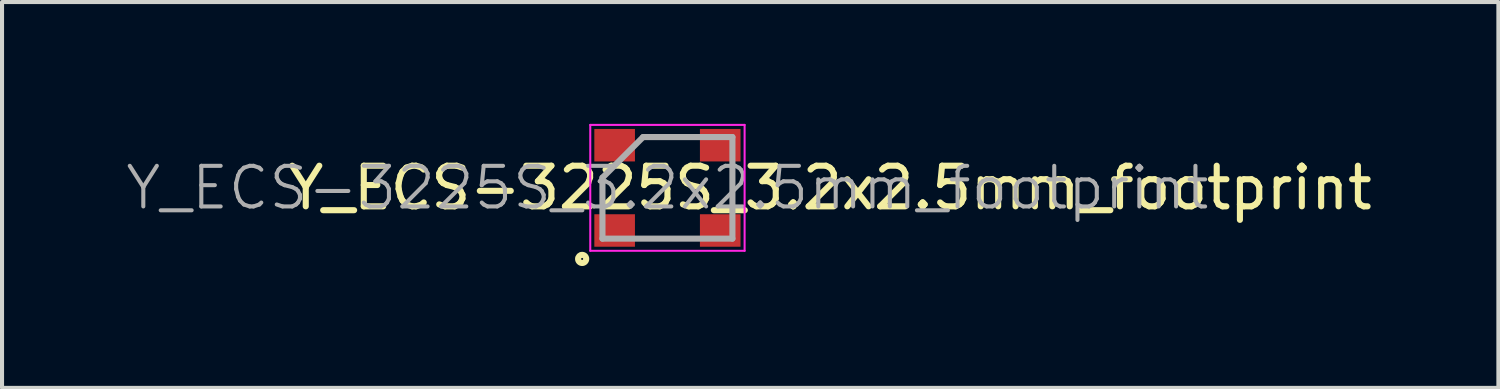
<source format=kicad_pcb>
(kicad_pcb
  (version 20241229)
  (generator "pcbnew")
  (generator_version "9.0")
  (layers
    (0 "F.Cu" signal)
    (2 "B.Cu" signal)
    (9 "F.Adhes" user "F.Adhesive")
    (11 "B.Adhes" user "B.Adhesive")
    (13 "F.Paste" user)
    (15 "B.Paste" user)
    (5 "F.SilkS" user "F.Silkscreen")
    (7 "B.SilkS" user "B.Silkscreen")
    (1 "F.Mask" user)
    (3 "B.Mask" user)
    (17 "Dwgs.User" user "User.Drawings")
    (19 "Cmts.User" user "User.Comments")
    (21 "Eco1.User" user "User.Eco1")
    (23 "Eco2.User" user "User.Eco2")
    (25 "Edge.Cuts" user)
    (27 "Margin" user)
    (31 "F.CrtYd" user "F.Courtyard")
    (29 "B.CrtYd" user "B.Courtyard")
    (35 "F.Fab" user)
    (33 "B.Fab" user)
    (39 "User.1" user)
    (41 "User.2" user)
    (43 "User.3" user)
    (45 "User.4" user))
  (footprint "Y_ECS-3225S_3.2x2.5mm_footprint"
    (layer "F.Cu")
    (at 13.383 1.575)
    (property "Reference" "Y_ECS-3225S_3.2x2.5mm_footprint" (at 4 0 0) (layer "F.SilkS") (effects (font (size 1 1) (thickness 0.15))))
    (attr smd)
    (fp_circle (center -2.1 1.75) (end -2 1.75) (stroke (width 0.15) (type solid)) (fill no) (layer "F.SilkS"))
    (fp_line (start -1.9 -1.55) (end -1.9 1.55) (stroke (width 0.05) (type solid)) (layer "F.CrtYd"))
    (fp_line (start -1.9 1.55) (end 1.9 1.55) (stroke (width 0.05) (type solid)) (layer "F.CrtYd"))
    (fp_line (start 1.9 -1.55) (end -1.9 -1.55) (stroke (width 0.05) (type solid)) (layer "F.CrtYd"))
    (fp_line (start 1.9 1.55) (end 1.9 -1.55) (stroke (width 0.05) (type solid)) (layer "F.CrtYd"))
    (fp_line (start -1.6 -0.25) (end -1.6 1.25) (stroke (width 0.15) (type solid)) (layer "F.Fab"))
    (fp_line (start -1.6 1.25) (end 1.6 1.25) (stroke (width 0.15) (type solid)) (layer "F.Fab"))
    (fp_line (start -0.6 -1.25) (end -1.6 -0.25) (stroke (width 0.15) (type solid)) (layer "F.Fab"))
    (fp_line (start 1.6 -1.25) (end -0.6 -1.25) (stroke (width 0.15) (type solid)) (layer "F.Fab"))
    (fp_line (start 1.6 1.25) (end 1.6 -1.25) (stroke (width 0.15) (type solid)) (layer "F.Fab"))
    (fp_text user "${REFERENCE}" (at 0 0 0) (layer "F.Fab") (effects (font (size 1 1) (thickness 0.1))))
    (pad "1" smd rect (at -1.3 1.05) (size 1 0.8) (layers "F.Cu" "F.Mask" "F.Paste"))
    (pad "3" smd rect (at 1.3 1.05) (size 1 0.8) (layers "F.Cu" "F.Mask" "F.Paste"))
    (pad "4" smd rect (at 1.3 -1.05) (size 1 0.8) (layers "F.Cu" "F.Mask" "F.Paste"))
    (pad "6" smd rect (at -1.3 -1.05) (size 1 0.8) (layers "F.Cu" "F.Mask" "F.Paste")))
  (gr_rect
    (start -3 -3)
    (end 33.842 6.5)
    (stroke (width 0.1) (type default))
    (fill no)
    (layer "Edge.Cuts")))
</source>
